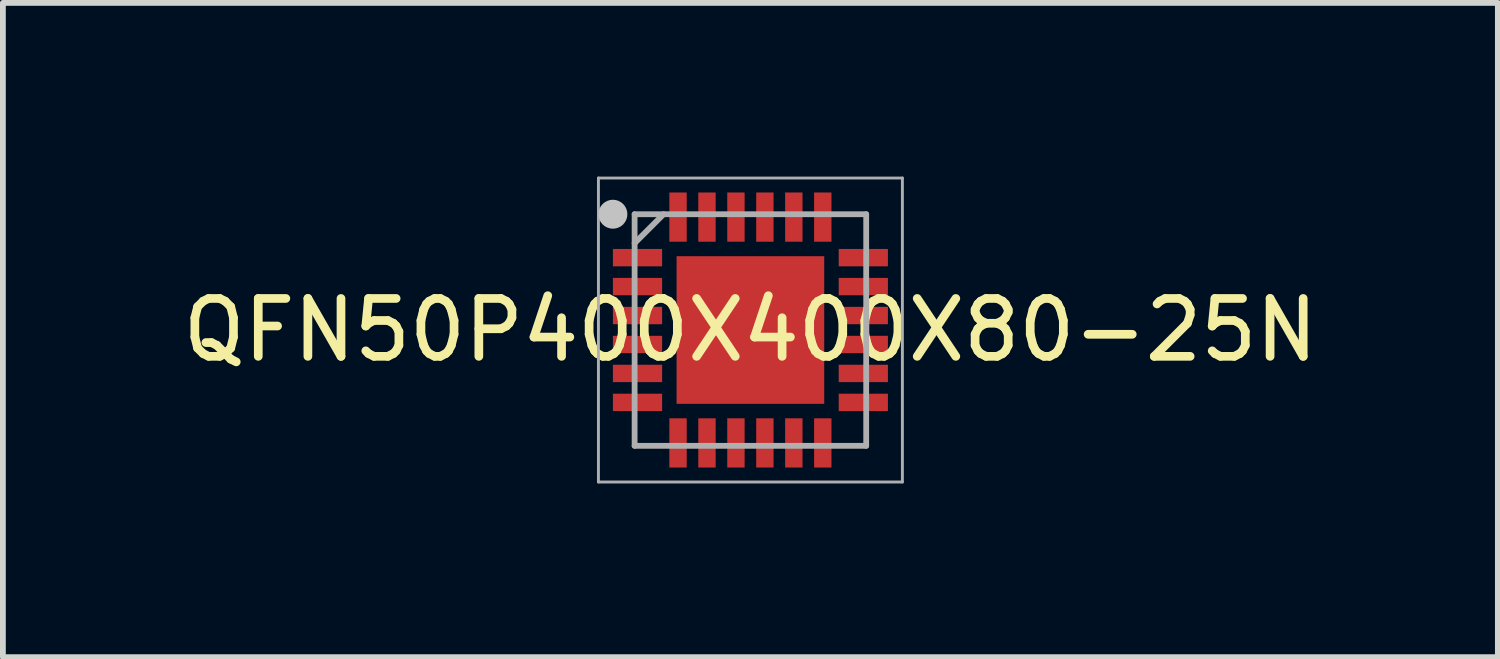
<source format=kicad_pcb>
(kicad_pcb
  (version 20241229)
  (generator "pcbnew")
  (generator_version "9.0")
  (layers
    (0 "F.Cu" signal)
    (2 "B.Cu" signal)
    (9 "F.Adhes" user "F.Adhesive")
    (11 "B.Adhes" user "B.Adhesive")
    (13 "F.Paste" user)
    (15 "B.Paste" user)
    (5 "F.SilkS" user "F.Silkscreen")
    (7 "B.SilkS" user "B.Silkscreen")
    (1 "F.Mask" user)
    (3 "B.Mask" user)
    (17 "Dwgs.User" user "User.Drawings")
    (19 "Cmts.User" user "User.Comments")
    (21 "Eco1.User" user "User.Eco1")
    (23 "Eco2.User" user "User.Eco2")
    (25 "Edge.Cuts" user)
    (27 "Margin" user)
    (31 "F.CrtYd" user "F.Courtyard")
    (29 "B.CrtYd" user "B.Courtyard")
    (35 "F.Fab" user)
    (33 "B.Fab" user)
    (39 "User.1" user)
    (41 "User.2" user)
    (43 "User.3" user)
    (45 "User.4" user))
  (footprint "QFN50P400X400X80-25N"
    (layer "F.Cu")
    (at 9.911 2.65)
    (property "Reference" "QFN50P400X400X80-25N" (at 0 0 0) (layer "F.SilkS") (effects (font (size 1 1) (thickness 0.15))))
    (attr smd)
    (fp_circle (center -2.375 -2) (end -2.25 -2) (stroke (width 0.25) (type solid)) (fill no) (layer "Dwgs.User"))
    (fp_line (start -2.625 -2.625) (end 2.625 -2.625) (stroke (width 0.05) (type solid)) (layer "F.Fab"))
    (fp_line (start -2.625 2.625) (end -2.625 -2.625) (stroke (width 0.05) (type solid)) (layer "F.Fab"))
    (fp_line (start -2 -2) (end 2 -2) (stroke (width 0.1) (type solid)) (layer "F.Fab"))
    (fp_line (start -2 -1.5) (end -1.5 -2) (stroke (width 0.1) (type solid)) (layer "F.Fab"))
    (fp_line (start -2 2) (end -2 -2) (stroke (width 0.1) (type solid)) (layer "F.Fab"))
    (fp_line (start 2 -2) (end 2 2) (stroke (width 0.1) (type solid)) (layer "F.Fab"))
    (fp_line (start 2 2) (end -2 2) (stroke (width 0.1) (type solid)) (layer "F.Fab"))
    (fp_line (start 2.625 -2.625) (end 2.625 2.625) (stroke (width 0.05) (type solid)) (layer "F.Fab"))
    (fp_line (start 2.625 2.625) (end -2.625 2.625) (stroke (width 0.05) (type solid)) (layer "F.Fab"))
    (pad "1" smd rect (at -1.95 -1.25) (size 0.85 0.3) (layers "F.Cu" "F.Mask" "F.Paste"))
    (pad "2" smd rect (at -1.95 -0.75) (size 0.85 0.3) (layers "F.Cu" "F.Mask" "F.Paste"))
    (pad "3" smd rect (at -1.95 -0.25) (size 0.85 0.3) (layers "F.Cu" "F.Mask" "F.Paste"))
    (pad "4" smd rect (at -1.95 0.25) (size 0.85 0.3) (layers "F.Cu" "F.Mask" "F.Paste"))
    (pad "5" smd rect (at -1.95 0.75) (size 0.85 0.3) (layers "F.Cu" "F.Mask" "F.Paste"))
    (pad "6" smd rect (at -1.95 1.25) (size 0.85 0.3) (layers "F.Cu" "F.Mask" "F.Paste"))
    (pad "7" smd rect (at -1.25 1.95 90) (size 0.85 0.3) (layers "F.Cu" "F.Mask" "F.Paste"))
    (pad "8" smd rect (at -0.75 1.95 90) (size 0.85 0.3) (layers "F.Cu" "F.Mask" "F.Paste"))
    (pad "9" smd rect (at -0.25 1.95 90) (size 0.85 0.3) (layers "F.Cu" "F.Mask" "F.Paste"))
    (pad "10" smd rect (at 0.25 1.95 90) (size 0.85 0.3) (layers "F.Cu" "F.Mask" "F.Paste"))
    (pad "11" smd rect (at 0.75 1.95 90) (size 0.85 0.3) (layers "F.Cu" "F.Mask" "F.Paste"))
    (pad "12" smd rect (at 1.25 1.95 90) (size 0.85 0.3) (layers "F.Cu" "F.Mask" "F.Paste"))
    (pad "13" smd rect (at 1.95 1.25) (size 0.85 0.3) (layers "F.Cu" "F.Mask" "F.Paste"))
    (pad "14" smd rect (at 1.95 0.75) (size 0.85 0.3) (layers "F.Cu" "F.Mask" "F.Paste"))
    (pad "15" smd rect (at 1.95 0.25) (size 0.85 0.3) (layers "F.Cu" "F.Mask" "F.Paste"))
    (pad "16" smd rect (at 1.95 -0.25) (size 0.85 0.3) (layers "F.Cu" "F.Mask" "F.Paste"))
    (pad "17" smd rect (at 1.95 -0.75) (size 0.85 0.3) (layers "F.Cu" "F.Mask" "F.Paste"))
    (pad "18" smd rect (at 1.95 -1.25) (size 0.85 0.3) (layers "F.Cu" "F.Mask" "F.Paste"))
    (pad "19" smd rect (at 1.25 -1.95 90) (size 0.85 0.3) (layers "F.Cu" "F.Mask" "F.Paste"))
    (pad "20" smd rect (at 0.75 -1.95 90) (size 0.85 0.3) (layers "F.Cu" "F.Mask" "F.Paste"))
    (pad "21" smd rect (at 0.25 -1.95 90) (size 0.85 0.3) (layers "F.Cu" "F.Mask" "F.Paste"))
    (pad "22" smd rect (at -0.25 -1.95 90) (size 0.85 0.3) (layers "F.Cu" "F.Mask" "F.Paste"))
    (pad "23" smd rect (at -0.75 -1.95 90) (size 0.85 0.3) (layers "F.Cu" "F.Mask" "F.Paste"))
    (pad "24" smd rect (at -1.25 -1.95 90) (size 0.85 0.3) (layers "F.Cu" "F.Mask" "F.Paste"))
    (pad "25" smd rect (at 0 0 90) (size 2.55 2.55) (layers "F.Cu" "F.Mask" "F.Paste")))
  (gr_rect
    (start -3 -3)
    (end 22.821 8.3)
    (stroke (width 0.1) (type default))
    (fill no)
    (layer "Edge.Cuts")))
</source>
